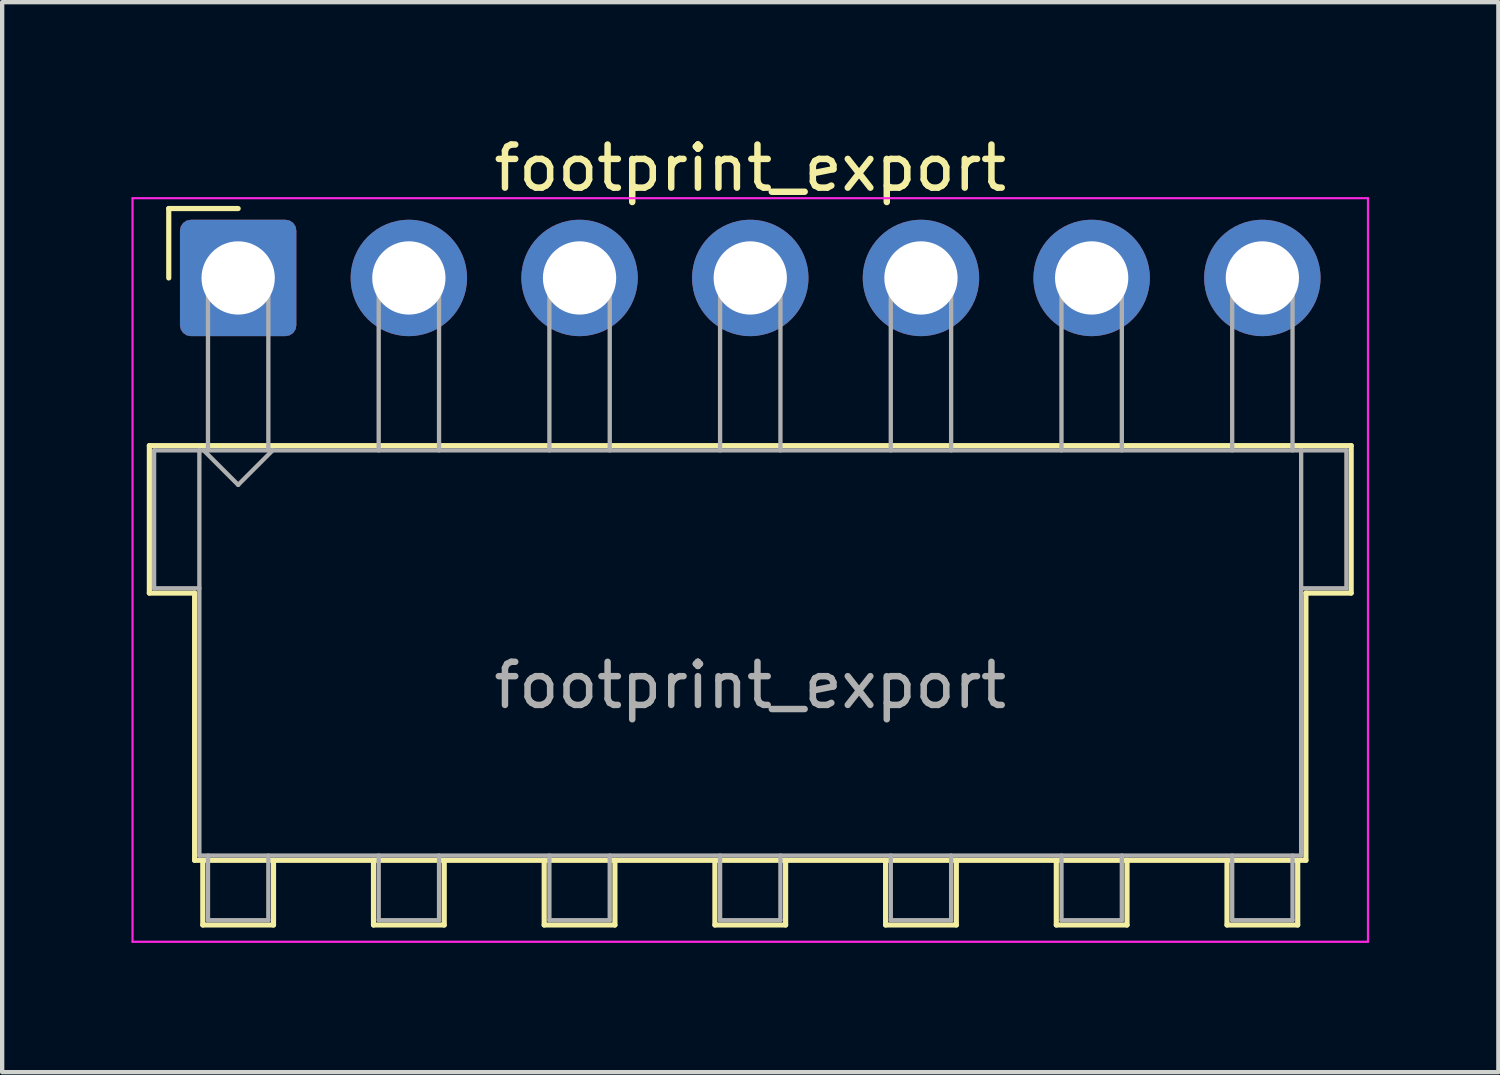
<source format=kicad_pcb>
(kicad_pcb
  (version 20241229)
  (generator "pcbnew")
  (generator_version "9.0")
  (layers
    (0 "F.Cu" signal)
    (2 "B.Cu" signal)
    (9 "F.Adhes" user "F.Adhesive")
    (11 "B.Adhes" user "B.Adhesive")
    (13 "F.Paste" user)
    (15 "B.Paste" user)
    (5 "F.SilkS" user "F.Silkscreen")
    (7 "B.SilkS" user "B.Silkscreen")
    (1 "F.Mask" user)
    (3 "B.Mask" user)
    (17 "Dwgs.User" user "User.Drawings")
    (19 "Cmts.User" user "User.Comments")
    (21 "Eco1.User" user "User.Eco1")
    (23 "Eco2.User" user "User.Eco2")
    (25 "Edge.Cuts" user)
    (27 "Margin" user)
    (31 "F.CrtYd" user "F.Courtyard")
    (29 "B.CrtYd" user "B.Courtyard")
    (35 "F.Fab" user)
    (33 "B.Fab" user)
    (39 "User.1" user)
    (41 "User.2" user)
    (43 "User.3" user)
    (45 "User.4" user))
  (footprint "footprint_export"
    (layer "F.Cu")
    (at 2.475 3.398)
    (property "Reference" "footprint_export" (at 11.88 -2.55 0) (layer "F.SilkS") (effects (font (size 1 1) (thickness 0.15))))
    (attr through_hole)
    (fp_line (start -2.06 3.89) (end 25.82 3.89) (stroke (width 0.12) (type solid)) (layer "F.SilkS"))
    (fp_line (start -2.06 7.31) (end -2.06 3.89) (stroke (width 0.12) (type solid)) (layer "F.SilkS"))
    (fp_line (start -1.61 -1.61) (end -1.61 0) (stroke (width 0.12) (type solid)) (layer "F.SilkS"))
    (fp_line (start -1.01 7.31) (end -2.06 7.31) (stroke (width 0.12) (type solid)) (layer "F.SilkS"))
    (fp_line (start -1.01 13.51) (end -1.01 7.31) (stroke (width 0.12) (type solid)) (layer "F.SilkS"))
    (fp_line (start -0.82 13.51) (end -0.82 15.01) (stroke (width 0.12) (type solid)) (layer "F.SilkS"))
    (fp_line (start -0.82 15.01) (end 0.82 15.01) (stroke (width 0.12) (type solid)) (layer "F.SilkS"))
    (fp_line (start 0 -1.61) (end -1.61 -1.61) (stroke (width 0.12) (type solid)) (layer "F.SilkS"))
    (fp_line (start 0.82 15.01) (end 0.82 13.51) (stroke (width 0.12) (type solid)) (layer "F.SilkS"))
    (fp_line (start 3.14 13.51) (end 3.14 15.01) (stroke (width 0.12) (type solid)) (layer "F.SilkS"))
    (fp_line (start 3.14 15.01) (end 4.78 15.01) (stroke (width 0.12) (type solid)) (layer "F.SilkS"))
    (fp_line (start 4.78 15.01) (end 4.78 13.51) (stroke (width 0.12) (type solid)) (layer "F.SilkS"))
    (fp_line (start 7.1 13.51) (end 7.1 15.01) (stroke (width 0.12) (type solid)) (layer "F.SilkS"))
    (fp_line (start 7.1 15.01) (end 8.74 15.01) (stroke (width 0.12) (type solid)) (layer "F.SilkS"))
    (fp_line (start 8.74 15.01) (end 8.74 13.51) (stroke (width 0.12) (type solid)) (layer "F.SilkS"))
    (fp_line (start 11.06 13.51) (end 11.06 15.01) (stroke (width 0.12) (type solid)) (layer "F.SilkS"))
    (fp_line (start 11.06 15.01) (end 12.7 15.01) (stroke (width 0.12) (type solid)) (layer "F.SilkS"))
    (fp_line (start 12.7 15.01) (end 12.7 13.51) (stroke (width 0.12) (type solid)) (layer "F.SilkS"))
    (fp_line (start 15.02 13.51) (end 15.02 15.01) (stroke (width 0.12) (type solid)) (layer "F.SilkS"))
    (fp_line (start 15.02 15.01) (end 16.66 15.01) (stroke (width 0.12) (type solid)) (layer "F.SilkS"))
    (fp_line (start 16.66 15.01) (end 16.66 13.51) (stroke (width 0.12) (type solid)) (layer "F.SilkS"))
    (fp_line (start 18.98 13.51) (end 18.98 15.01) (stroke (width 0.12) (type solid)) (layer "F.SilkS"))
    (fp_line (start 18.98 15.01) (end 20.62 15.01) (stroke (width 0.12) (type solid)) (layer "F.SilkS"))
    (fp_line (start 20.62 15.01) (end 20.62 13.51) (stroke (width 0.12) (type solid)) (layer "F.SilkS"))
    (fp_line (start 22.94 13.51) (end 22.94 15.01) (stroke (width 0.12) (type solid)) (layer "F.SilkS"))
    (fp_line (start 22.94 15.01) (end 24.58 15.01) (stroke (width 0.12) (type solid)) (layer "F.SilkS"))
    (fp_line (start 24.58 15.01) (end 24.58 13.51) (stroke (width 0.12) (type solid)) (layer "F.SilkS"))
    (fp_line (start 24.77 7.31) (end 24.77 13.51) (stroke (width 0.12) (type solid)) (layer "F.SilkS"))
    (fp_line (start 24.77 13.51) (end -1.01 13.51) (stroke (width 0.12) (type solid)) (layer "F.SilkS"))
    (fp_line (start 25.82 3.89) (end 25.82 7.31) (stroke (width 0.12) (type solid)) (layer "F.SilkS"))
    (fp_line (start 25.82 7.31) (end 24.77 7.31) (stroke (width 0.12) (type solid)) (layer "F.SilkS"))
    (fp_line (start -2.45 -1.85) (end -2.45 15.4) (stroke (width 0.05) (type solid)) (layer "F.CrtYd"))
    (fp_line (start -2.45 15.4) (end 26.21 15.4) (stroke (width 0.05) (type solid)) (layer "F.CrtYd"))
    (fp_line (start 26.21 -1.85) (end -2.45 -1.85) (stroke (width 0.05) (type solid)) (layer "F.CrtYd"))
    (fp_line (start 26.21 15.4) (end 26.21 -1.85) (stroke (width 0.05) (type solid)) (layer "F.CrtYd"))
    (fp_line (start -1.95 4) (end -0.9 4) (stroke (width 0.1) (type solid)) (layer "F.Fab"))
    (fp_line (start -1.95 7.2) (end -1.95 4) (stroke (width 0.1) (type solid)) (layer "F.Fab"))
    (fp_line (start -0.9 4) (end -0.9 13.4) (stroke (width 0.1) (type solid)) (layer "F.Fab"))
    (fp_line (start -0.9 7.2) (end -1.95 7.2) (stroke (width 0.1) (type solid)) (layer "F.Fab"))
    (fp_line (start -0.9 13.4) (end 24.66 13.4) (stroke (width 0.1) (type solid)) (layer "F.Fab"))
    (fp_line (start -0.8 4) (end 0 4.8) (stroke (width 0.1) (type solid)) (layer "F.Fab"))
    (fp_line (start -0.7 0) (end 0.7 0) (stroke (width 0.1) (type solid)) (layer "F.Fab"))
    (fp_line (start -0.7 4) (end -0.7 0) (stroke (width 0.1) (type solid)) (layer "F.Fab"))
    (fp_line (start -0.7 13.4) (end -0.7 14.9) (stroke (width 0.1) (type solid)) (layer "F.Fab"))
    (fp_line (start -0.7 14.9) (end 0.7 14.9) (stroke (width 0.1) (type solid)) (layer "F.Fab"))
    (fp_line (start 0 4.8) (end 0.8 4) (stroke (width 0.1) (type solid)) (layer "F.Fab"))
    (fp_line (start 0.7 0) (end 0.7 4) (stroke (width 0.1) (type solid)) (layer "F.Fab"))
    (fp_line (start 0.7 14.9) (end 0.7 13.4) (stroke (width 0.1) (type solid)) (layer "F.Fab"))
    (fp_line (start 3.26 0) (end 4.66 0) (stroke (width 0.1) (type solid)) (layer "F.Fab"))
    (fp_line (start 3.26 4) (end 3.26 0) (stroke (width 0.1) (type solid)) (layer "F.Fab"))
    (fp_line (start 3.26 13.4) (end 3.26 14.9) (stroke (width 0.1) (type solid)) (layer "F.Fab"))
    (fp_line (start 3.26 14.9) (end 4.66 14.9) (stroke (width 0.1) (type solid)) (layer "F.Fab"))
    (fp_line (start 4.66 0) (end 4.66 4) (stroke (width 0.1) (type solid)) (layer "F.Fab"))
    (fp_line (start 4.66 14.9) (end 4.66 13.4) (stroke (width 0.1) (type solid)) (layer "F.Fab"))
    (fp_line (start 7.22 0) (end 8.62 0) (stroke (width 0.1) (type solid)) (layer "F.Fab"))
    (fp_line (start 7.22 4) (end 7.22 0) (stroke (width 0.1) (type solid)) (layer "F.Fab"))
    (fp_line (start 7.22 13.4) (end 7.22 14.9) (stroke (width 0.1) (type solid)) (layer "F.Fab"))
    (fp_line (start 7.22 14.9) (end 8.62 14.9) (stroke (width 0.1) (type solid)) (layer "F.Fab"))
    (fp_line (start 8.62 0) (end 8.62 4) (stroke (width 0.1) (type solid)) (layer "F.Fab"))
    (fp_line (start 8.62 14.9) (end 8.62 13.4) (stroke (width 0.1) (type solid)) (layer "F.Fab"))
    (fp_line (start 11.18 0) (end 12.58 0) (stroke (width 0.1) (type solid)) (layer "F.Fab"))
    (fp_line (start 11.18 4) (end 11.18 0) (stroke (width 0.1) (type solid)) (layer "F.Fab"))
    (fp_line (start 11.18 13.4) (end 11.18 14.9) (stroke (width 0.1) (type solid)) (layer "F.Fab"))
    (fp_line (start 11.18 14.9) (end 12.58 14.9) (stroke (width 0.1) (type solid)) (layer "F.Fab"))
    (fp_line (start 12.58 0) (end 12.58 4) (stroke (width 0.1) (type solid)) (layer "F.Fab"))
    (fp_line (start 12.58 14.9) (end 12.58 13.4) (stroke (width 0.1) (type solid)) (layer "F.Fab"))
    (fp_line (start 15.14 0) (end 16.54 0) (stroke (width 0.1) (type solid)) (layer "F.Fab"))
    (fp_line (start 15.14 4) (end 15.14 0) (stroke (width 0.1) (type solid)) (layer "F.Fab"))
    (fp_line (start 15.14 13.4) (end 15.14 14.9) (stroke (width 0.1) (type solid)) (layer "F.Fab"))
    (fp_line (start 15.14 14.9) (end 16.54 14.9) (stroke (width 0.1) (type solid)) (layer "F.Fab"))
    (fp_line (start 16.54 0) (end 16.54 4) (stroke (width 0.1) (type solid)) (layer "F.Fab"))
    (fp_line (start 16.54 14.9) (end 16.54 13.4) (stroke (width 0.1) (type solid)) (layer "F.Fab"))
    (fp_line (start 19.1 0) (end 20.5 0) (stroke (width 0.1) (type solid)) (layer "F.Fab"))
    (fp_line (start 19.1 4) (end 19.1 0) (stroke (width 0.1) (type solid)) (layer "F.Fab"))
    (fp_line (start 19.1 13.4) (end 19.1 14.9) (stroke (width 0.1) (type solid)) (layer "F.Fab"))
    (fp_line (start 19.1 14.9) (end 20.5 14.9) (stroke (width 0.1) (type solid)) (layer "F.Fab"))
    (fp_line (start 20.5 0) (end 20.5 4) (stroke (width 0.1) (type solid)) (layer "F.Fab"))
    (fp_line (start 20.5 14.9) (end 20.5 13.4) (stroke (width 0.1) (type solid)) (layer "F.Fab"))
    (fp_line (start 23.06 0) (end 24.46 0) (stroke (width 0.1) (type solid)) (layer "F.Fab"))
    (fp_line (start 23.06 4) (end 23.06 0) (stroke (width 0.1) (type solid)) (layer "F.Fab"))
    (fp_line (start 23.06 13.4) (end 23.06 14.9) (stroke (width 0.1) (type solid)) (layer "F.Fab"))
    (fp_line (start 23.06 14.9) (end 24.46 14.9) (stroke (width 0.1) (type solid)) (layer "F.Fab"))
    (fp_line (start 24.46 0) (end 24.46 4) (stroke (width 0.1) (type solid)) (layer "F.Fab"))
    (fp_line (start 24.46 14.9) (end 24.46 13.4) (stroke (width 0.1) (type solid)) (layer "F.Fab"))
    (fp_line (start 24.66 4) (end -0.9 4) (stroke (width 0.1) (type solid)) (layer "F.Fab"))
    (fp_line (start 24.66 4) (end 25.71 4) (stroke (width 0.1) (type solid)) (layer "F.Fab"))
    (fp_line (start 24.66 13.4) (end 24.66 4) (stroke (width 0.1) (type solid)) (layer "F.Fab"))
    (fp_line (start 25.71 4) (end 25.71 7.2) (stroke (width 0.1) (type solid)) (layer "F.Fab"))
    (fp_line (start 25.71 7.2) (end 24.66 7.2) (stroke (width 0.1) (type solid)) (layer "F.Fab"))
    (fp_text user "${REFERENCE}" (at 11.88 9.45 0) (layer "F.Fab") (effects (font (size 1 1) (thickness 0.15))))
    (pad "1" thru_hole roundrect (at 0 0) (size 2.7 2.7) (drill 1.7) (layers "*.Cu" "*.Mask") (roundrect_rratio 0.093))
    (pad "2" thru_hole circle (at 3.96 0) (size 2.7 2.7) (drill 1.7) (layers "*.Cu" "*.Mask"))
    (pad "3" thru_hole circle (at 7.92 0) (size 2.7 2.7) (drill 1.7) (layers "*.Cu" "*.Mask"))
    (pad "4" thru_hole circle (at 11.88 0) (size 2.7 2.7) (drill 1.7) (layers "*.Cu" "*.Mask"))
    (pad "5" thru_hole circle (at 15.84 0) (size 2.7 2.7) (drill 1.7) (layers "*.Cu" "*.Mask"))
    (pad "6" thru_hole circle (at 19.8 0) (size 2.7 2.7) (drill 1.7) (layers "*.Cu" "*.Mask"))
    (pad "7" thru_hole circle (at 23.76 0) (size 2.7 2.7) (drill 1.7) (layers "*.Cu" "*.Mask")))
  (gr_rect
    (start -3 -3)
    (end 31.71 21.823)
    (stroke (width 0.1) (type default))
    (fill no)
    (layer "Edge.Cuts")))
</source>
